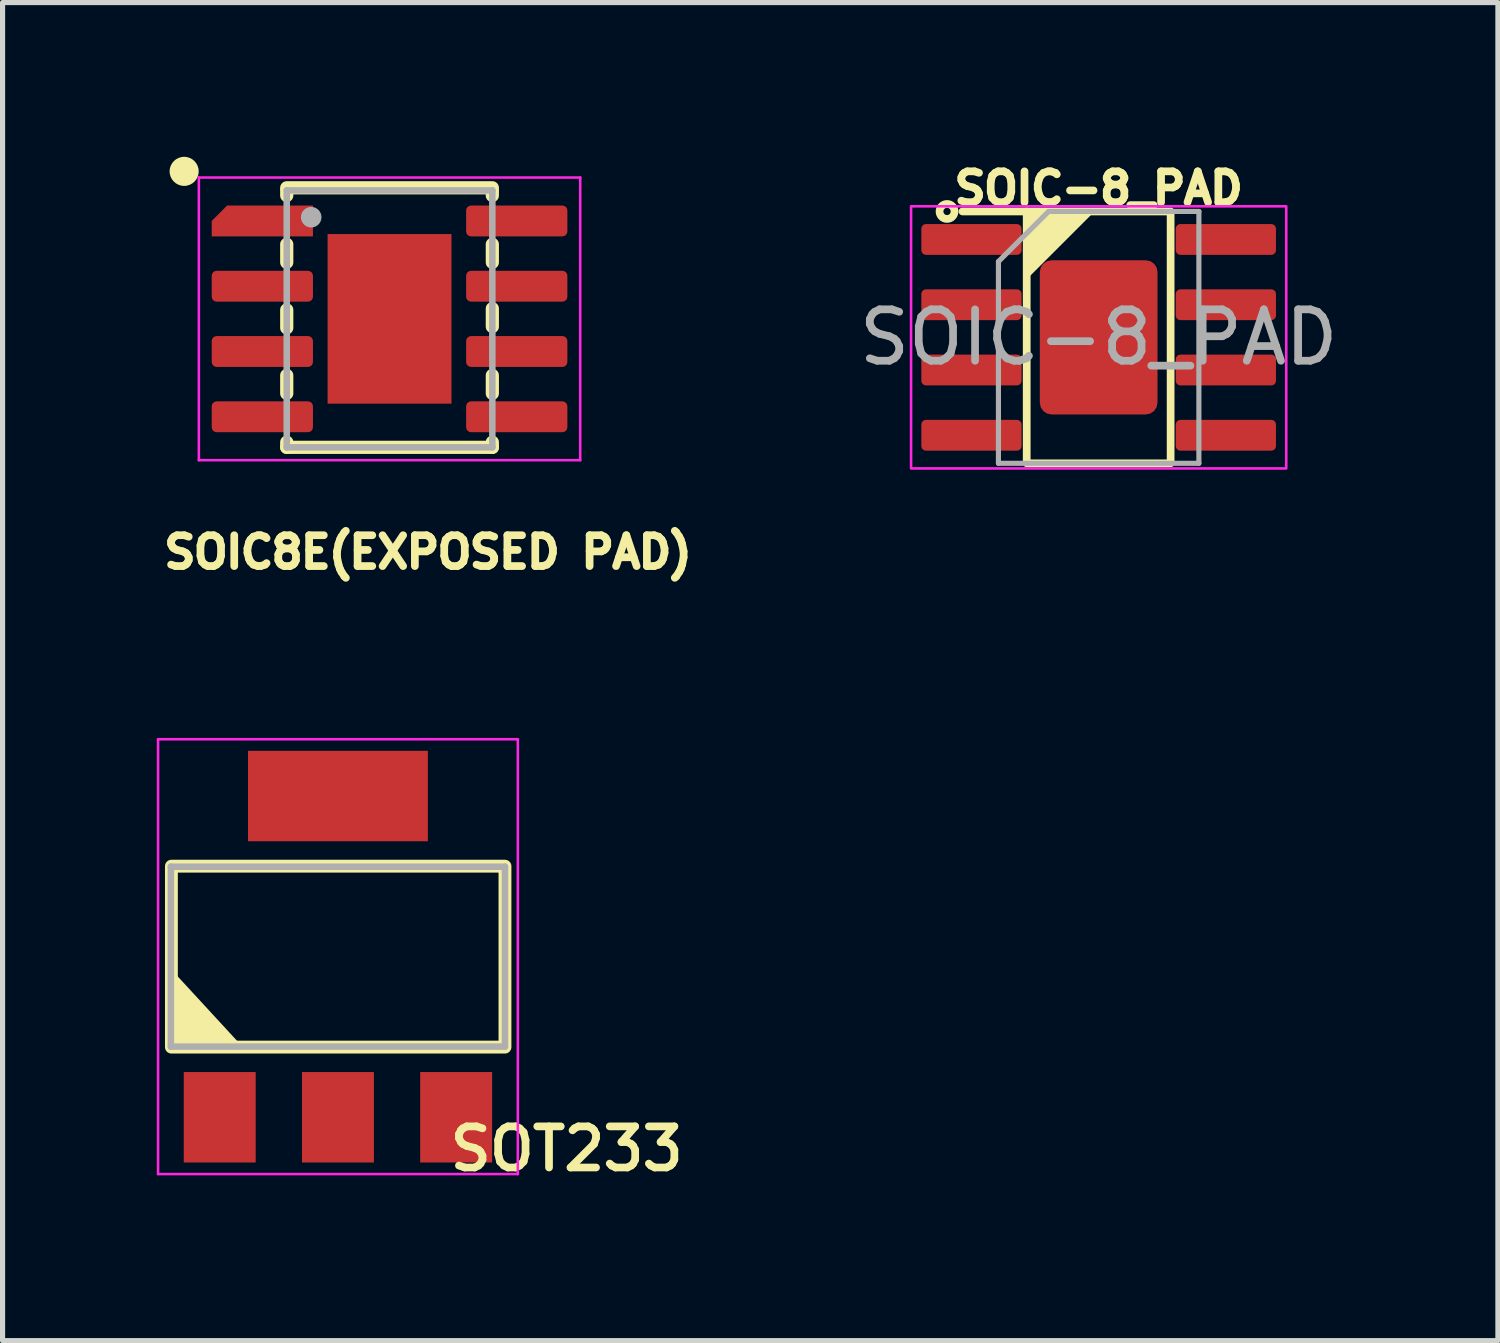
<source format=kicad_pcb>
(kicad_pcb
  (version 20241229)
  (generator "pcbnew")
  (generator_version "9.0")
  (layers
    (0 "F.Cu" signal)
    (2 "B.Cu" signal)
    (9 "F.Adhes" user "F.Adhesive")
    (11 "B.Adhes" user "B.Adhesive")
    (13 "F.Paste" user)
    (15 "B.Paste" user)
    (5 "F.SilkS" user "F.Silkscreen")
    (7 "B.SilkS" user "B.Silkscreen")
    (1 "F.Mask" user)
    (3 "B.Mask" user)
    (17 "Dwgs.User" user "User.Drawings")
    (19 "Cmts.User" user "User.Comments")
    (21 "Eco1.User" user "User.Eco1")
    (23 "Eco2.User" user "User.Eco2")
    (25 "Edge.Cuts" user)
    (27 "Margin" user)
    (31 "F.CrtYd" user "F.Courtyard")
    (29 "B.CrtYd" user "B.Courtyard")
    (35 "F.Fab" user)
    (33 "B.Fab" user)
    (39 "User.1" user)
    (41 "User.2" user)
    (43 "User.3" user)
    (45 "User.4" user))
  (footprint "SOIC-8_PAD"
    (layer "F.Cu")
    (at 18.326 3.514)
    (property "Reference" "SOIC-8_PAD" (at 0 -2.9 0) (unlocked yes) (layer "F.SilkS") (effects (font (size 0.6 0.6) (thickness 0.15) (bold yes))))
    (attr smd)
    (fp_line (start -1.4 -2.45) (end -2.65 -2.45) (stroke (width 0.15) (type default)) (layer "F.SilkS"))
    (fp_rect (start -1.4 -2.45) (end 1.4 2.45) (stroke (width 0.15) (type default)) (fill no) (layer "F.SilkS"))
    (fp_circle (center -2.95 -2.45) (end -2.879 -2.45) (stroke (width 0.15) (type default)) (fill no) (layer "F.SilkS"))
    (fp_poly (pts (xy -1.363 -2.413) (xy -1.363 -1.238) (xy -0.188 -2.413)) (stroke (width 0.1) (type solid)) (fill yes) (layer "F.SilkS"))
    (fp_rect (start -3.65 -2.55) (end 3.65 2.55) (stroke (width 0.05) (type default)) (fill no) (layer "F.CrtYd"))
    (fp_line (start -1.95 -1.475) (end -0.975 -2.45) (stroke (width 0.1) (type solid)) (layer "F.Fab"))
    (fp_line (start -1.95 2.45) (end -1.95 -1.475) (stroke (width 0.1) (type solid)) (layer "F.Fab"))
    (fp_line (start -0.975 -2.45) (end 1.95 -2.45) (stroke (width 0.1) (type solid)) (layer "F.Fab"))
    (fp_line (start 1.95 -2.45) (end 1.95 2.45) (stroke (width 0.1) (type solid)) (layer "F.Fab"))
    (fp_line (start 1.95 2.45) (end -1.95 2.45) (stroke (width 0.1) (type solid)) (layer "F.Fab"))
    (fp_text user "${REFERENCE}" (at 0 0 0) (unlocked yes) (layer "F.Fab") (effects (font (size 1 1) (thickness 0.15))))
    (pad "" smd roundrect (at -0.57 -0.75) (size 0.92 1.21) (layers "F.Paste") (roundrect_rratio 0.25))
    (pad "" smd roundrect (at -0.57 0.75) (size 0.92 1.21) (layers "F.Paste") (roundrect_rratio 0.25))
    (pad "" smd roundrect (at 0.57 -0.75) (size 0.92 1.21) (layers "F.Paste") (roundrect_rratio 0.25))
    (pad "" smd roundrect (at 0.57 0.75) (size 0.92 1.21) (layers "F.Paste") (roundrect_rratio 0.25))
    (pad "1" smd roundrect (at -2.475 -1.905) (size 1.95 0.6) (layers "F.Cu" "F.Mask" "F.Paste") (roundrect_rratio 0.15))
    (pad "2" smd roundrect (at -2.475 -0.635) (size 1.95 0.6) (layers "F.Cu" "F.Mask" "F.Paste") (roundrect_rratio 0.15))
    (pad "3" smd roundrect (at -2.475 0.635) (size 1.95 0.6) (layers "F.Cu" "F.Mask" "F.Paste") (roundrect_rratio 0.15))
    (pad "4" smd roundrect (at -2.475 1.905) (size 1.95 0.6) (layers "F.Cu" "F.Mask" "F.Paste") (roundrect_rratio 0.15))
    (pad "5" smd roundrect (at 2.475 1.905) (size 1.95 0.6) (layers "F.Cu" "F.Mask" "F.Paste") (roundrect_rratio 0.15))
    (pad "6" smd roundrect (at 2.475 0.635) (size 1.95 0.6) (layers "F.Cu" "F.Mask" "F.Paste") (roundrect_rratio 0.15))
    (pad "7" smd roundrect (at 2.475 -0.635) (size 1.95 0.6) (layers "F.Cu" "F.Mask" "F.Paste") (roundrect_rratio 0.15))
    (pad "8" smd roundrect (at 2.475 -1.905) (size 1.95 0.6) (layers "F.Cu" "F.Mask" "F.Paste") (roundrect_rratio 0.15))
    (pad "9" smd roundrect (at 0 0) (size 2.29 3) (layers "F.Cu" "F.Mask") (roundrect_rratio 0.1)))
  (footprint "SOIC8E(EXPOSED PAD)"
    (layer "F.Cu")
    (at 4.529 3.154)
    (property "Reference" "SOIC8E(EXPOSED PAD)" (at 0.75 4.54 180) (layer "F.SilkS") (effects (font (size 0.6 0.6) (thickness 0.15))))
    (attr smd)
    (fp_line (start -2 -2.55) (end 2 -2.55) (stroke (width 0.257) (type solid)) (layer "F.SilkS"))
    (fp_line (start -2 -2.5) (end -2 -2.4) (stroke (width 0.257) (type solid)) (layer "F.SilkS"))
    (fp_line (start -2 -2.4) (end -2 -2.3) (stroke (width 0.12) (type solid)) (layer "F.SilkS"))
    (fp_line (start -2 -1.45) (end -2 -1.1) (stroke (width 0.257) (type solid)) (layer "F.SilkS"))
    (fp_line (start -2 -0.175) (end -2 0.175) (stroke (width 0.257) (type solid)) (layer "F.SilkS"))
    (fp_line (start -2 1.1) (end -2 1.45) (stroke (width 0.257) (type solid)) (layer "F.SilkS"))
    (fp_line (start -2 2.4) (end -2 2.5) (stroke (width 0.257) (type solid)) (layer "F.SilkS"))
    (fp_line (start -2 2.5) (end 2 2.5) (stroke (width 0.257) (type solid)) (layer "F.SilkS"))
    (fp_line (start 2 -2.5) (end 2 -2.4) (stroke (width 0.257) (type solid)) (layer "F.SilkS"))
    (fp_line (start 2 -1.45) (end 2 -1.1) (stroke (width 0.257) (type solid)) (layer "F.SilkS"))
    (fp_line (start 2 -0.2) (end 2 0.15) (stroke (width 0.257) (type solid)) (layer "F.SilkS"))
    (fp_line (start 2 1.1) (end 2 1.45) (stroke (width 0.257) (type solid)) (layer "F.SilkS"))
    (fp_line (start 2 2.4) (end 2 2.5) (stroke (width 0.257) (type solid)) (layer "F.SilkS"))
    (fp_circle (center -3.996 -2.87) (end -3.773 -2.87) (stroke (width 0.12) (type solid)) (fill yes) (layer "F.SilkS"))
    (fp_poly (pts (xy -0.937 0.135) (xy -0.135 0.135) (xy -0.135 1.378) (xy -0.937 1.378)) (stroke (width 0.01) (type solid)) (fill yes) (layer "F.Paste"))
    (fp_poly (pts (xy -0.937 -1.375) (xy -0.135 -1.375) (xy -0.135 -0.135) (xy -0.937 -0.135)) (stroke (width 0.01) (type solid)) (fill yes) (layer "F.Paste"))
    (fp_poly (pts (xy 0.135 0.135) (xy 0.935 0.135) (xy 0.935 1.377) (xy 0.135 1.377)) (stroke (width 0.01) (type solid)) (fill yes) (layer "F.Paste"))
    (fp_poly (pts (xy 0.135 -1.375) (xy 0.935 -1.375) (xy 0.935 -0.135) (xy 0.135 -0.135)) (stroke (width 0.01) (type solid)) (fill yes) (layer "F.Paste"))
    (fp_line (start -3.71 -2.75) (end 3.71 -2.75) (stroke (width 0.05) (type solid)) (layer "F.CrtYd"))
    (fp_line (start -3.71 2.75) (end -3.71 -2.75) (stroke (width 0.05) (type solid)) (layer "F.CrtYd"))
    (fp_line (start 3.71 -2.75) (end 3.71 2.75) (stroke (width 0.05) (type solid)) (layer "F.CrtYd"))
    (fp_line (start 3.71 2.75) (end -3.71 2.75) (stroke (width 0.05) (type solid)) (layer "F.CrtYd"))
    (fp_line (start -2 -2.5) (end 2 -2.5) (stroke (width 0.127) (type solid)) (layer "F.Fab"))
    (fp_line (start -2 2.5) (end -2 -2.5) (stroke (width 0.127) (type solid)) (layer "F.Fab"))
    (fp_line (start 2 -2.5) (end 2 2.5) (stroke (width 0.127) (type solid)) (layer "F.Fab"))
    (fp_line (start 2 2.5) (end -2 2.5) (stroke (width 0.127) (type solid)) (layer "F.Fab"))
    (fp_circle (center -1.524 -1.978) (end -1.424 -1.978) (stroke (width 0.2) (type solid)) (fill no) (layer "F.Fab"))
    (pad "1" smd roundrect (at -2.475 -1.905) (size 1.97 0.6) (layers "F.Cu" "F.Mask" "F.Paste") (roundrect_rratio 0) (chamfer_ratio 0.5) (chamfer top_left))
    (pad "2" smd roundrect (at -2.475 -0.635) (size 1.97 0.6) (layers "F.Cu" "F.Mask" "F.Paste") (roundrect_rratio 0.16))
    (pad "3" smd roundrect (at -2.475 0.635) (size 1.97 0.6) (layers "F.Cu" "F.Mask" "F.Paste") (roundrect_rratio 0.16))
    (pad "4" smd roundrect (at -2.475 1.905) (size 1.97 0.6) (layers "F.Cu" "F.Mask" "F.Paste") (roundrect_rratio 0.16))
    (pad "5" smd roundrect (at 2.475 1.905) (size 1.97 0.6) (layers "F.Cu" "F.Mask" "F.Paste") (roundrect_rratio 0.16))
    (pad "6" smd roundrect (at 2.475 0.635) (size 1.97 0.6) (layers "F.Cu" "F.Mask" "F.Paste") (roundrect_rratio 0.16))
    (pad "7" smd roundrect (at 2.475 -0.635) (size 1.97 0.6) (layers "F.Cu" "F.Mask" "F.Paste") (roundrect_rratio 0.16))
    (pad "8" smd roundrect (at 2.475 -1.905) (size 1.97 0.6) (layers "F.Cu" "F.Mask" "F.Paste") (roundrect_rratio 0.16))
    (pad "9" smd rect (at 0 0) (size 2.41 3.3) (layers "F.Cu" "F.Mask")))
  (footprint "SOT233"
    (layer "F.Cu")
    (at 3.375 15.503)
    (property "Reference" "SOT233" (at 4.6 3.8 0) (layer "F.SilkS") (effects (font (size 0.8 0.8) (thickness 0.15))))
    (attr smd)
    (fp_rect (start -3.09 -1.7) (end 3.4 1.82) (stroke (width 0.25) (type solid)) (fill no) (layer "F.SilkS"))
    (fp_poly (pts (xy -1.8 1.8) (xy -3.07 1.79) (xy -3.09 0.4)) (stroke (width 0.12) (type solid)) (fill yes) (layer "F.SilkS"))
    (fp_line (start -3.35 -4.17) (end -3.35 4.29) (stroke (width 0.05) (type solid)) (layer "F.CrtYd"))
    (fp_line (start -3.35 4.29) (end 3.65 4.29) (stroke (width 0.05) (type solid)) (layer "F.CrtYd"))
    (fp_line (start 3.65 -4.17) (end -3.35 -4.17) (stroke (width 0.05) (type solid)) (layer "F.CrtYd"))
    (fp_line (start 3.65 4.29) (end 3.65 -4.17) (stroke (width 0.05) (type solid)) (layer "F.CrtYd"))
    (fp_line (start -3.1 -1.69) (end 3.4 -1.69) (stroke (width 0.127) (type solid)) (layer "F.Fab"))
    (fp_line (start -3.1 1.81) (end -3.1 -1.69) (stroke (width 0.127) (type solid)) (layer "F.Fab"))
    (fp_line (start 3.4 -1.69) (end 3.4 1.81) (stroke (width 0.127) (type solid)) (layer "F.Fab"))
    (fp_line (start 3.4 1.81) (end -3.1 1.81) (stroke (width 0.127) (type solid)) (layer "F.Fab"))
    (pad "1" smd rect (at -2.15 3.185 90) (size 1.76 1.4) (layers "F.Cu" "F.Mask" "F.Paste"))
    (pad "2" smd rect (at 0.15 -3.065 90) (size 1.76 3.5) (layers "F.Cu" "F.Mask" "F.Paste"))
    (pad "2" smd rect (at 0.15 3.185 90) (size 1.76 1.4) (layers "F.Cu" "F.Mask" "F.Paste"))
    (pad "3" smd rect (at 2.45 3.185 90) (size 1.76 1.4) (layers "F.Cu" "F.Mask" "F.Paste")))
  (gr_rect
    (start -3 -3)
    (end 26.094 23.034)
    (stroke (width 0.1) (type default))
    (fill no)
    (layer "Edge.Cuts")))
</source>
